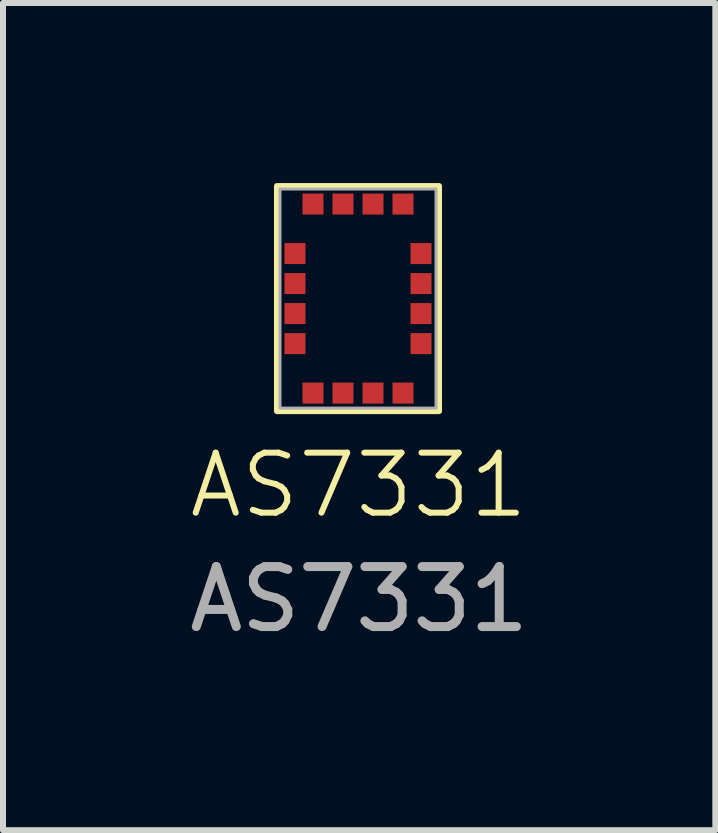
<source format=kicad_pcb>
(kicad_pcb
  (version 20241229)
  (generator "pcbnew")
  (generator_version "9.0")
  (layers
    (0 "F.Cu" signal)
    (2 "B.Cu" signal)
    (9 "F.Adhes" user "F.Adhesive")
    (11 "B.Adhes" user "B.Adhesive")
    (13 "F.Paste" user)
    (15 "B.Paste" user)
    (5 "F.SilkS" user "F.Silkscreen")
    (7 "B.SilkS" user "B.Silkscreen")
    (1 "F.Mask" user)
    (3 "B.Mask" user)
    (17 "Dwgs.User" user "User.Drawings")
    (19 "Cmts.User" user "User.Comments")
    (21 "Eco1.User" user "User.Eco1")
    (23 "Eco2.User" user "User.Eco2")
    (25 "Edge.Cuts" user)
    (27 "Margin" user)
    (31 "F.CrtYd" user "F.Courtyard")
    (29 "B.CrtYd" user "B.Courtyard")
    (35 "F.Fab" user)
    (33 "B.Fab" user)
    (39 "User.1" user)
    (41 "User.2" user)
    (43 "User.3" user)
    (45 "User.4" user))
  (footprint "AS7331"
    (layer "F.Cu")
    (at 2.915 1.925)
    (property "Reference" "AS7331" (at 0.01 3.11 0) (unlocked yes) (layer "F.SilkS") (effects (font (size 1 1) (thickness 0.1))))
    (attr smd)
    (fp_rect (start -1.35 -1.875) (end 1.35 1.875) (stroke (width 0.1) (type default)) (fill no) (layer "F.SilkS"))
    (fp_rect (start -1.3 -1.825) (end 1.3 1.825) (stroke (width 0.05) (type default)) (fill no) (layer "F.Fab"))
    (fp_text user "${REFERENCE}" (at 0.02 5.01 0) (unlocked yes) (layer "F.Fab") (effects (font (size 1 1) (thickness 0.15))))
    (pad "1" smd rect (at -0.75 -1.575) (size 0.35 0.35) (layers "F.Cu" "F.Mask" "F.Paste"))
    (pad "2" smd rect (at -0.25 -1.575) (size 0.35 0.35) (layers "F.Cu" "F.Mask" "F.Paste"))
    (pad "3" smd rect (at 0.25 -1.575) (size 0.35 0.35) (layers "F.Cu" "F.Mask" "F.Paste"))
    (pad "4" smd rect (at 0.75 -1.575) (size 0.35 0.35) (layers "F.Cu" "F.Mask" "F.Paste"))
    (pad "5" smd rect (at 1.05 -0.75) (size 0.35 0.35) (layers "F.Cu" "F.Mask" "F.Paste"))
    (pad "6" smd rect (at 1.05 -0.25) (size 0.35 0.35) (layers "F.Cu" "F.Mask" "F.Paste"))
    (pad "7" smd rect (at 1.05 0.25) (size 0.35 0.35) (layers "F.Cu" "F.Mask" "F.Paste"))
    (pad "8" smd rect (at 1.05 0.75) (size 0.35 0.35) (layers "F.Cu" "F.Mask" "F.Paste"))
    (pad "9" smd rect (at 0.75 1.575) (size 0.35 0.35) (layers "F.Cu" "F.Mask" "F.Paste"))
    (pad "10" smd rect (at 0.25 1.575) (size 0.35 0.35) (layers "F.Cu" "F.Mask" "F.Paste"))
    (pad "11" smd rect (at -0.25 1.575) (size 0.35 0.35) (layers "F.Cu" "F.Mask" "F.Paste"))
    (pad "12" smd rect (at -0.75 1.575) (size 0.35 0.35) (layers "F.Cu" "F.Mask" "F.Paste"))
    (pad "13" smd rect (at -1.05 0.75) (size 0.35 0.35) (layers "F.Cu" "F.Mask" "F.Paste"))
    (pad "14" smd rect (at -1.05 0.25) (size 0.35 0.35) (layers "F.Cu" "F.Mask" "F.Paste"))
    (pad "15" smd rect (at -1.05 -0.25) (size 0.35 0.35) (layers "F.Cu" "F.Mask" "F.Paste"))
    (pad "16" smd rect (at -1.05 -0.75) (size 0.35 0.35) (layers "F.Cu" "F.Mask" "F.Paste")))
  (gr_rect
    (start -3 -3)
    (end 8.869 10.783)
    (stroke (width 0.1) (type default))
    (fill no)
    (layer "Edge.Cuts")))
</source>
